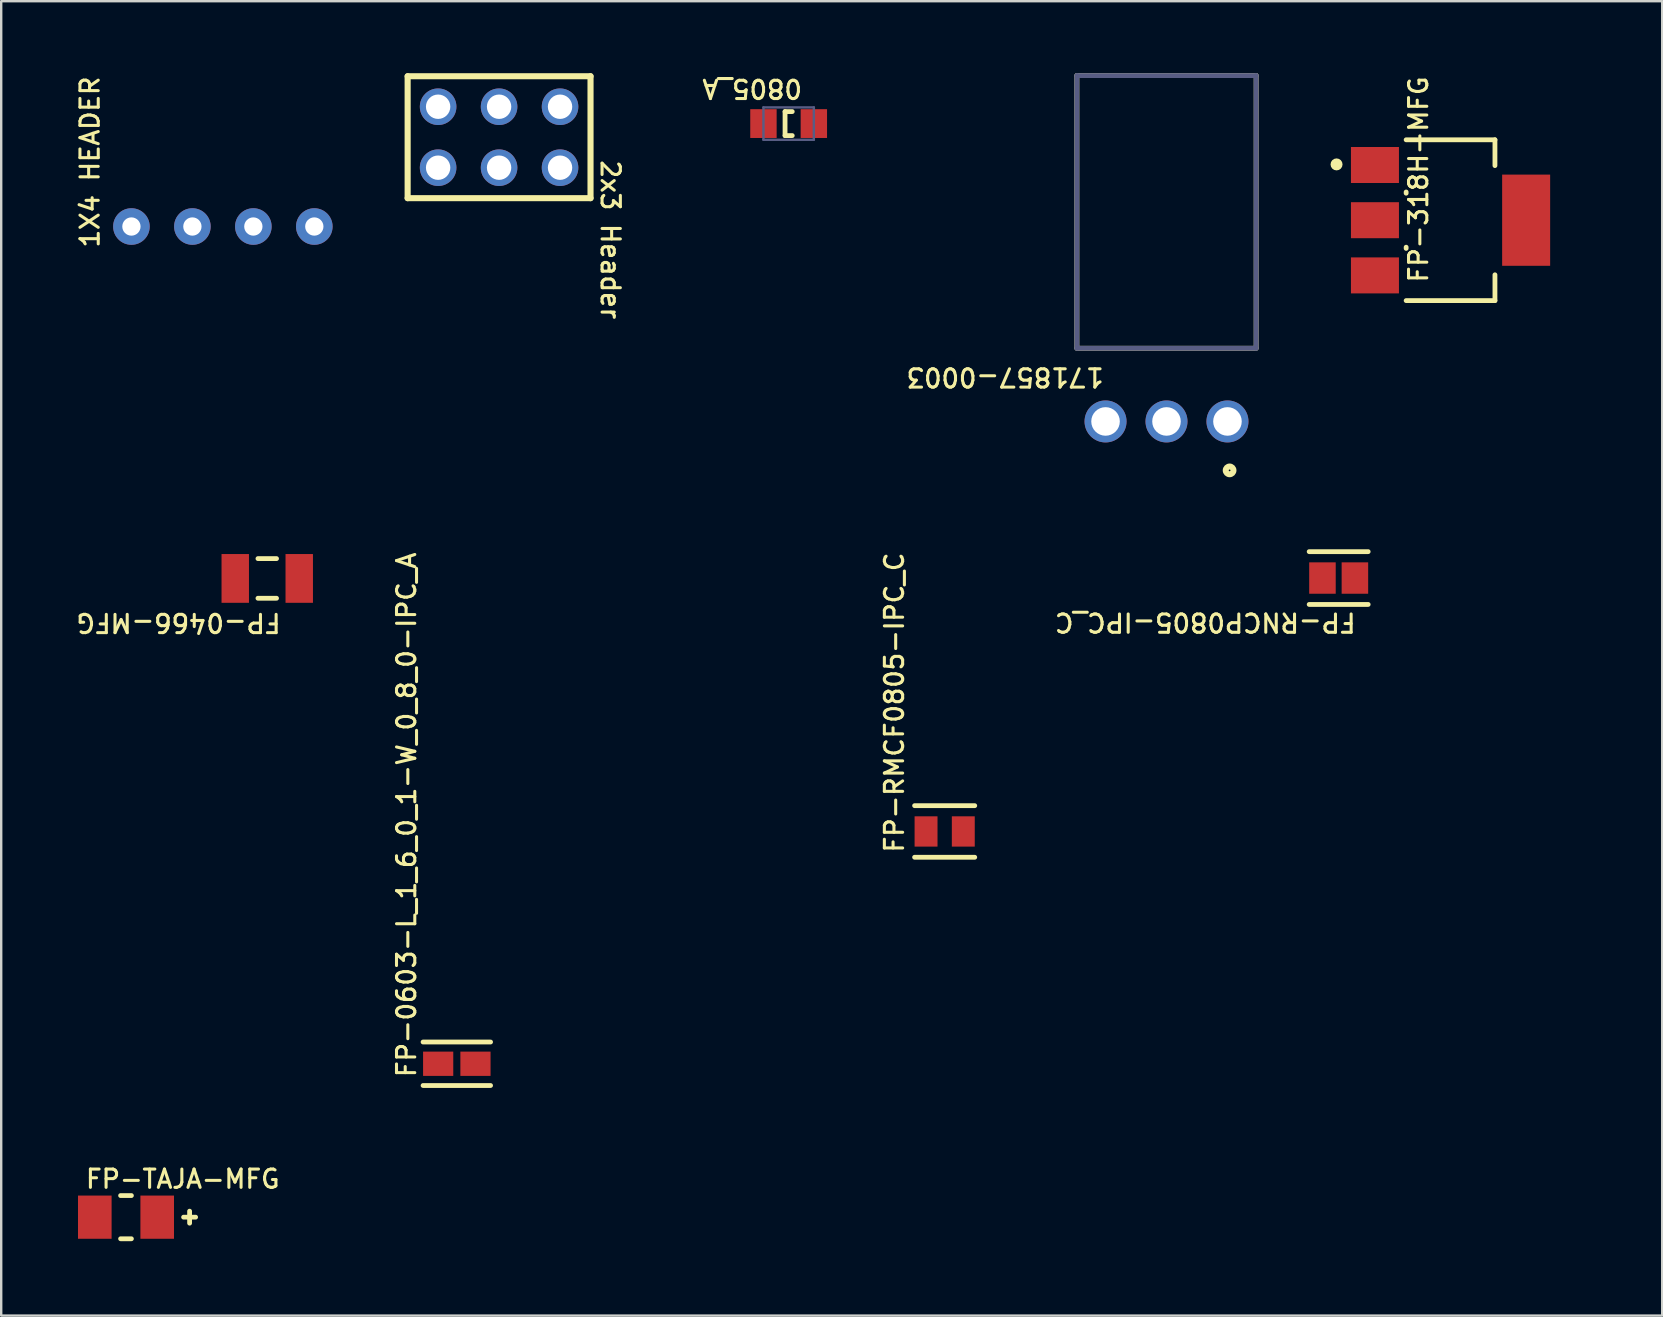
<source format=kicad_pcb>
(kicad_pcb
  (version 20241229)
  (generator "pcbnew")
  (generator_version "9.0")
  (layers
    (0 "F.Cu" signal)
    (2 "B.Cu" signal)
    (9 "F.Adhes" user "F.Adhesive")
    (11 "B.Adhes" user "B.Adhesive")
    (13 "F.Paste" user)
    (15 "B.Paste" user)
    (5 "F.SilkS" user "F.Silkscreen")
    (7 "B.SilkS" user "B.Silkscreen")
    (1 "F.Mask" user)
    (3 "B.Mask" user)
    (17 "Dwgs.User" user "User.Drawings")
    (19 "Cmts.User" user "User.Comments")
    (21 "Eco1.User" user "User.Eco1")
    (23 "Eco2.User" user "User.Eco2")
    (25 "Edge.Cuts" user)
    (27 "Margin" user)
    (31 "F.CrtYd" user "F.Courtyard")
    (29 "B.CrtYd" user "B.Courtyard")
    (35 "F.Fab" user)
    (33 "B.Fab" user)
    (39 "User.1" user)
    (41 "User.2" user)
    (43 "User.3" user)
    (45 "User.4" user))
  (footprint "2x3 Header"
    (layer "F.Cu")
    (at 17.745 2.667)
    (property "Reference" "2x3 Header" (at 4.191 0.889 270) (unlocked yes) (layer "F.SilkS") (effects (font (size 0.762 0.762) (thickness 0.127)) (justify left bottom)))
    (fp_line (start -3.81 -2.54) (end -3.81 2.54) (stroke (width 0.254) (type solid)) (layer "F.SilkS"))
    (fp_line (start -3.81 -2.54) (end 3.81 -2.54) (stroke (width 0.254) (type solid)) (layer "F.SilkS"))
    (fp_line (start -3.81 2.54) (end 3.81 2.54) (stroke (width 0.254) (type solid)) (layer "F.SilkS"))
    (fp_line (start 3.81 -2.54) (end 3.81 2.54) (stroke (width 0.254) (type solid)) (layer "F.SilkS"))
    (pad "1" thru_hole circle (at -2.54 1.27) (size 1.524 1.524) (drill 1.016) (layers "*.Cu" "*.Mask"))
    (pad "2" thru_hole circle (at -2.54 -1.27) (size 1.524 1.524) (drill 1.016) (layers "*.Cu" "*.Mask"))
    (pad "3" thru_hole circle (at 0 1.27) (size 1.524 1.524) (drill 1.016) (layers "*.Cu" "*.Mask"))
    (pad "4" thru_hole circle (at 0 -1.27) (size 1.524 1.524) (drill 1.016) (layers "*.Cu" "*.Mask"))
    (pad "5" thru_hole circle (at 2.54 1.27) (size 1.524 1.524) (drill 1.016) (layers "*.Cu" "*.Mask"))
    (pad "6" thru_hole circle (at 2.54 -1.27) (size 1.524 1.524) (drill 1.016) (layers "*.Cu" "*.Mask")))
  (footprint "171857-0003"
    (layer "F.Cu")
    (at 45.554 8.28)
    (property "Reference" "171857-0003" (at -2.54 3.937 180) (unlocked yes) (layer "F.SilkS") (effects (font (size 0.762 0.762) (thickness 0.127)) (justify left bottom)))
    (fp_line (start -3.735 -8.18) (end -3.735 3.18) (stroke (width 0.2) (type solid)) (layer "F.SilkS"))
    (fp_line (start 3.735 -8.18) (end -3.735 -8.18) (stroke (width 0.2) (type solid)) (layer "F.SilkS"))
    (fp_line (start 3.735 -8.18) (end 3.735 3.18) (stroke (width 0.2) (type solid)) (layer "F.SilkS"))
    (fp_line (start 3.735 3.18) (end -3.735 3.18) (stroke (width 0.2) (type solid)) (layer "F.SilkS"))
    (fp_circle (center 2.629 8.269) (end 2.629 8.43) (stroke (width 0.25) (type solid)) (fill no) (layer "F.SilkS"))
    (fp_line (start -3.735 -8.18) (end -3.735 3.18) (stroke (width 0.2) (type solid)) (layer "B.Fab"))
    (fp_line (start 3.735 -8.18) (end -3.735 -8.18) (stroke (width 0.2) (type solid)) (layer "B.Fab"))
    (fp_line (start 3.735 -8.18) (end 3.735 3.18) (stroke (width 0.2) (type solid)) (layer "B.Fab"))
    (fp_line (start 3.735 3.18) (end -3.735 3.18) (stroke (width 0.2) (type solid)) (layer "B.Fab"))
    (pad "1" thru_hole circle (at 2.54 6.23) (size 1.75 1.75) (drill 1.19) (layers "*.Cu" "*.Mask"))
    (pad "2" thru_hole circle (at 0 6.23) (size 1.75 1.75) (drill 1.19) (layers "*.Cu" "*.Mask"))
    (pad "3" thru_hole circle (at -2.54 6.23) (size 1.75 1.75) (drill 1.19) (layers "*.Cu" "*.Mask")))
  (footprint "FP-TAJA-MFG"
    (layer "F.Cu")
    (at 2.2 47.665)
    (property "Reference" "FP-TAJA-MFG" (at -1.748 -1.143 0) (unlocked yes) (layer "F.SilkS") (effects (font (size 0.762 0.762) (thickness 0.127)) (justify left bottom)))
    (fp_line (start -0.225 -0.9) (end 0.225 -0.9) (stroke (width 0.2) (type solid)) (layer "F.SilkS"))
    (fp_line (start -0.225 0.9) (end 0.225 0.9) (stroke (width 0.2) (type solid)) (layer "F.SilkS"))
    (fp_line (start 2.4 0) (end 2.9 0) (stroke (width 0.2) (type solid)) (layer "F.SilkS"))
    (fp_line (start 2.65 0.25) (end 2.65 -0.25) (stroke (width 0.2) (type solid)) (layer "F.SilkS"))
    (fp_line (start -0.5 0) (end 0.5 0) (stroke (width 0.1) (type solid)) (layer "Eco1.User"))
    (fp_line (start 0 0.5) (end 0 -0.5) (stroke (width 0.1) (type solid)) (layer "Eco1.User"))
    (fp_line (start -1.7 -0.9) (end 1.7 -0.9) (stroke (width 0.2) (type solid)) (layer "User.2"))
    (fp_line (start -1.7 0.9) (end -1.7 -0.9) (stroke (width 0.2) (type solid)) (layer "User.2"))
    (fp_line (start -1.7 0.9) (end 1.7 0.9) (stroke (width 0.2) (type solid)) (layer "User.2"))
    (fp_line (start 1.7 0.9) (end 1.7 -0.9) (stroke (width 0.2) (type solid)) (layer "User.2"))
    (fp_line (start -2.1 -1) (end 2.1 -1) (stroke (width 0.2) (type solid)) (layer "User.3"))
    (fp_line (start -2.1 1) (end -2.1 -1) (stroke (width 0.2) (type solid)) (layer "User.3"))
    (fp_line (start -2.1 1) (end 2.1 1) (stroke (width 0.2) (type solid)) (layer "User.3"))
    (fp_line (start 2.1 1) (end 2.1 -1) (stroke (width 0.2) (type solid)) (layer "User.3"))
    (fp_line (start -2.1 -1) (end 2.1 -1) (stroke (width 0.2) (type solid)) (layer "User.5"))
    (fp_line (start -2.1 1) (end -2.1 -1) (stroke (width 0.2) (type solid)) (layer "User.5"))
    (fp_line (start -2.1 1) (end 2.1 1) (stroke (width 0.2) (type solid)) (layer "User.5"))
    (fp_line (start 2.1 1) (end 2.1 -1) (stroke (width 0.2) (type solid)) (layer "User.5"))
    (pad "1" smd rect (at -1.3 0) (size 1.4 1.8) (layers "F.Cu" "F.Mask" "F.Paste"))
    (pad "2" smd rect (at 1.3 0) (size 1.4 1.8) (layers "F.Cu" "F.Mask" "F.Paste")))
  (footprint "FP-0603-L_1_6_0_1-W_0_8_0-IPC_A"
    (layer "F.Cu")
    (at 15.984 41.273)
    (property "Reference" "FP-0603-L_1_6_0_1-W_0_8_0-IPC_A" (at -1.651 0.635 90) (unlocked yes) (layer "F.SilkS") (effects (font (size 0.762 0.762) (thickness 0.127)) (justify left bottom)))
    (fp_line (start 1.406 -0.906) (end -1.406 -0.906) (stroke (width 0.2) (type solid)) (layer "F.SilkS"))
    (fp_line (start 1.406 0.906) (end -1.406 0.906) (stroke (width 0.2) (type solid)) (layer "F.SilkS"))
    (fp_line (start 0 0.5) (end 0 -0.5) (stroke (width 0.1) (type solid)) (layer "Eco1.User"))
    (fp_line (start 0.5 0) (end -0.5 0) (stroke (width 0.1) (type solid)) (layer "Eco1.User"))
    (fp_line (start -0.8 0.4) (end -0.8 -0.4) (stroke (width 0.2) (type solid)) (layer "User.2"))
    (fp_line (start 0.8 -0.4) (end -0.8 -0.4) (stroke (width 0.2) (type solid)) (layer "User.2"))
    (fp_line (start 0.8 0.4) (end -0.8 0.4) (stroke (width 0.2) (type solid)) (layer "User.2"))
    (fp_line (start 0.8 0.4) (end 0.8 -0.4) (stroke (width 0.2) (type solid)) (layer "User.2"))
    (fp_line (start -1.906 1.006) (end -1.906 -1.006) (stroke (width 0.2) (type solid)) (layer "User.3"))
    (fp_line (start 1.906 -1.006) (end -1.906 -1.006) (stroke (width 0.2) (type solid)) (layer "User.3"))
    (fp_line (start 1.906 1.006) (end -1.906 1.006) (stroke (width 0.2) (type solid)) (layer "User.3"))
    (fp_line (start 1.906 1.006) (end 1.906 -1.006) (stroke (width 0.2) (type solid)) (layer "User.3"))
    (fp_line (start -1.906 1.006) (end -1.906 -1.006) (stroke (width 0.2) (type solid)) (layer "User.5"))
    (fp_line (start 1.906 -1.006) (end -1.906 -1.006) (stroke (width 0.2) (type solid)) (layer "User.5"))
    (fp_line (start 1.906 1.006) (end -1.906 1.006) (stroke (width 0.2) (type solid)) (layer "User.5"))
    (fp_line (start 1.906 1.006) (end 1.906 -1.006) (stroke (width 0.2) (type solid)) (layer "User.5"))
    (fp_text user "${REFERENCE}" (at -0.00001 -0.011 0) (unlocked yes) (layer "User.5") (effects (font (size 0.5 0.5) (thickness 0.1)) (justify left bottom)))
    (pad "1" smd rect (at -0.777 0) (size 1.258 1.012) (layers "F.Cu" "F.Mask" "F.Paste"))
    (pad "2" smd rect (at 0.777 0) (size 1.258 1.012) (layers "F.Cu" "F.Mask" "F.Paste")))
  (footprint "FP-0466-MFG"
    (layer "F.Cu")
    (at 8.085 21.051)
    (property "Reference" "FP-0466-MFG" (at 0.635 1.397 180) (unlocked yes) (layer "F.SilkS") (effects (font (size 0.762 0.762) (thickness 0.127)) (justify left bottom)))
    (fp_line (start 0.387 -0.826) (end -0.387 -0.826) (stroke (width 0.2) (type solid)) (layer "F.SilkS"))
    (fp_line (start 0.387 0.826) (end -0.387 0.826) (stroke (width 0.2) (type solid)) (layer "F.SilkS"))
    (fp_line (start 0 -0.5) (end 0 0.5) (stroke (width 0.1) (type solid)) (layer "Eco1.User"))
    (fp_line (start 0.5 0) (end -0.5 0) (stroke (width 0.1) (type solid)) (layer "Eco1.User"))
    (fp_line (start -1.651 -0.826) (end -1.651 0.826) (stroke (width 0.2) (type solid)) (layer "User.2"))
    (fp_line (start 1.651 -0.826) (end -1.651 -0.826) (stroke (width 0.2) (type solid)) (layer "User.2"))
    (fp_line (start 1.651 -0.826) (end 1.651 0.826) (stroke (width 0.2) (type solid)) (layer "User.2"))
    (fp_line (start 1.651 0.826) (end -1.651 0.826) (stroke (width 0.2) (type solid)) (layer "User.2"))
    (fp_line (start -2.005 -1.116) (end -2.005 1.116) (stroke (width 0.2) (type solid)) (layer "User.3"))
    (fp_line (start 2.005 -1.116) (end -2.005 -1.116) (stroke (width 0.2) (type solid)) (layer "User.3"))
    (fp_line (start 2.005 -1.116) (end 2.005 1.116) (stroke (width 0.2) (type solid)) (layer "User.3"))
    (fp_line (start 2.005 1.116) (end -2.005 1.116) (stroke (width 0.2) (type solid)) (layer "User.3"))
    (fp_line (start -2.005 -1.116) (end -2.005 1.116) (stroke (width 0.2) (type solid)) (layer "User.5"))
    (fp_line (start 2.005 -1.116) (end -2.005 -1.116) (stroke (width 0.2) (type solid)) (layer "User.5"))
    (fp_line (start 2.005 -1.116) (end 2.005 1.116) (stroke (width 0.2) (type solid)) (layer "User.5"))
    (fp_line (start 2.005 1.116) (end -2.005 1.116) (stroke (width 0.2) (type solid)) (layer "User.5"))
    (pad "1" smd rect (at -1.333 0) (size 1.143 2.032) (layers "F.Cu" "F.Mask" "F.Paste"))
    (pad "2" smd rect (at 1.333 0) (size 1.143 2.032) (layers "F.Cu" "F.Mask" "F.Paste")))
  (footprint "0805_A"
    (layer "F.Cu")
    (at 29.81 2.099)
    (property "Reference" "0805_A" (at 0.635 -1.905 180) (unlocked yes) (layer "F.SilkS") (effects (font (size 0.762 0.762) (thickness 0.127)) (justify left bottom)))
    (fp_line (start -0.15 -0.5) (end -0.15 0.5) (stroke (width 0.2) (type solid)) (layer "F.SilkS"))
    (fp_line (start 0.15 -0.5) (end -0.15 -0.5) (stroke (width 0.2) (type solid)) (layer "F.SilkS"))
    (fp_line (start 0.15 0.5) (end -0.15 0.5) (stroke (width 0.2) (type solid)) (layer "F.SilkS"))
    (fp_line (start -1.725 -0.85) (end -1.725 0.85) (stroke (width 0.1) (type solid)) (layer "Eco1.User"))
    (fp_line (start 0 -0.5) (end 0 0.5) (stroke (width 0.1) (type solid)) (layer "Eco1.User"))
    (fp_line (start 0.5 0) (end -0.5 0) (stroke (width 0.1) (type solid)) (layer "Eco1.User"))
    (fp_line (start 1.725 -0.85) (end -1.725 -0.85) (stroke (width 0.1) (type solid)) (layer "Eco1.User"))
    (fp_line (start 1.725 -0.85) (end 1.725 0.85) (stroke (width 0.1) (type solid)) (layer "Eco1.User"))
    (fp_line (start 1.725 0.85) (end -1.725 0.85) (stroke (width 0.1) (type solid)) (layer "Eco1.User"))
    (fp_line (start -1.05 -0.675) (end -1.05 0.675) (stroke (width 0.1) (type solid)) (layer "B.Fab"))
    (fp_line (start 1.05 -0.675) (end -1.05 -0.675) (stroke (width 0.1) (type solid)) (layer "B.Fab"))
    (fp_line (start 1.05 -0.675) (end 1.05 0.675) (stroke (width 0.1) (type solid)) (layer "B.Fab"))
    (fp_line (start 1.05 0.675) (end -1.05 0.675) (stroke (width 0.1) (type solid)) (layer "B.Fab"))
    (pad "1" smd rect (at -1.05 0 90) (size 1.2 1.1) (layers "F.Cu" "F.Mask" "F.Paste"))
    (pad "2" smd rect (at 1.05 0 90) (size 1.2 1.1) (layers "F.Cu" "F.Mask" "F.Paste")))
  (footprint "1X4 HEADER"
    (layer "F.Cu")
    (at 7.506 11.468)
    (property "Reference" "1X4 HEADER" (at -6.363 -4.128 90) (unlocked yes) (layer "F.SilkS") (effects (font (size 0.762 0.762) (thickness 0.127)) (justify left bottom)))
    (pad "1" thru_hole circle (at -5.08 -5.08) (size 1.524 1.524) (drill 0.762) (layers "*.Cu" "*.Mask"))
    (pad "2" thru_hole circle (at -2.54 -5.08) (size 1.524 1.524) (drill 0.762) (layers "*.Cu" "*.Mask"))
    (pad "3" thru_hole circle (at 0 -5.08) (size 1.524 1.524) (drill 0.762) (layers "*.Cu" "*.Mask"))
    (pad "4" thru_hole circle (at 2.54 -5.08) (size 1.524 1.524) (drill 0.762) (layers "*.Cu" "*.Mask")))
  (footprint "FP-RNCP0805-IPC_C"
    (layer "F.Cu")
    (at 52.728 21.035)
    (property "Reference" "FP-RNCP0805-IPC_C" (at 0.784 1.397 180) (unlocked yes) (layer "F.SilkS") (effects (font (size 0.762 0.762) (thickness 0.127)) (justify left bottom)))
    (fp_line (start 1.229 -1.1) (end -1.229 -1.1) (stroke (width 0.2) (type solid)) (layer "F.SilkS"))
    (fp_line (start 1.229 1.1) (end -1.229 1.1) (stroke (width 0.2) (type solid)) (layer "F.SilkS"))
    (fp_line (start 0 -0.5) (end 0 0.5) (stroke (width 0.1) (type solid)) (layer "Eco1.User"))
    (fp_line (start 0.5 0) (end -0.5 0) (stroke (width 0.1) (type solid)) (layer "Eco1.User"))
    (fp_line (start -1 -0.625) (end -1 0.625) (stroke (width 0.2) (type solid)) (layer "User.2"))
    (fp_line (start 1 -0.625) (end -1 -0.625) (stroke (width 0.2) (type solid)) (layer "User.2"))
    (fp_line (start 1 -0.625) (end 1 0.625) (stroke (width 0.2) (type solid)) (layer "User.2"))
    (fp_line (start 1 0.625) (end -1 0.625) (stroke (width 0.2) (type solid)) (layer "User.2"))
    (fp_line (start -1.329 -0.8) (end -1.329 0.8) (stroke (width 0.2) (type solid)) (layer "User.3"))
    (fp_line (start 1.329 -0.8) (end -1.329 -0.8) (stroke (width 0.2) (type solid)) (layer "User.3"))
    (fp_line (start 1.329 -0.8) (end 1.329 0.8) (stroke (width 0.2) (type solid)) (layer "User.3"))
    (fp_line (start 1.329 0.8) (end -1.329 0.8) (stroke (width 0.2) (type solid)) (layer "User.3"))
    (fp_line (start -1.329 -0.8) (end -1.329 0.8) (stroke (width 0.2) (type solid)) (layer "User.5"))
    (fp_line (start 1.329 -0.8) (end -1.329 -0.8) (stroke (width 0.2) (type solid)) (layer "User.5"))
    (fp_line (start 1.329 -0.8) (end 1.329 0.8) (stroke (width 0.2) (type solid)) (layer "User.5"))
    (fp_line (start 1.329 0.8) (end -1.329 0.8) (stroke (width 0.2) (type solid)) (layer "User.5"))
    (pad "1" smd rect (at -0.676 0) (size 1.105 1.308) (layers "F.Cu" "F.Mask" "F.Paste"))
    (pad "2" smd rect (at 0.676 0) (size 1.105 1.308) (layers "F.Cu" "F.Mask" "F.Paste")))
  (footprint "FP-318H-MFG"
    (layer "F.Cu")
    (at 57.389 6.125)
    (property "Reference" "FP-318H-MFG" (at -0.889 2.667 90) (unlocked yes) (layer "F.SilkS") (effects (font (size 0.762 0.762) (thickness 0.127)) (justify left bottom)))
    (fp_line (start -1.85 -1.125) (end -1.85 -1.175) (stroke (width 0.2) (type solid)) (layer "F.SilkS"))
    (fp_line (start -1.85 1.175) (end -1.85 1.125) (stroke (width 0.2) (type solid)) (layer "F.SilkS"))
    (fp_line (start 1.85 -3.35) (end -1.85 -3.35) (stroke (width 0.2) (type solid)) (layer "F.SilkS"))
    (fp_line (start 1.85 -2.275) (end 1.85 -3.35) (stroke (width 0.2) (type solid)) (layer "F.SilkS"))
    (fp_line (start 1.85 3.35) (end -1.85 3.35) (stroke (width 0.2) (type solid)) (layer "F.SilkS"))
    (fp_line (start 1.85 3.35) (end 1.85 2.275) (stroke (width 0.2) (type solid)) (layer "F.SilkS"))
    (fp_circle (center -4.75 -2.325) (end -4.875 -2.325) (stroke (width 0.25) (type solid)) (fill no) (layer "F.SilkS"))
    (fp_line (start 0 0.5) (end 0 -0.5) (stroke (width 0.1) (type solid)) (layer "Eco1.User"))
    (fp_line (start 0.5 0) (end -0.5 0) (stroke (width 0.1) (type solid)) (layer "Eco1.User"))
    (fp_line (start -1.85 3.35) (end -1.85 -3.35) (stroke (width 0.2) (type solid)) (layer "User.2"))
    (fp_line (start 1.85 -3.35) (end -1.85 -3.35) (stroke (width 0.2) (type solid)) (layer "User.2"))
    (fp_line (start 1.85 3.35) (end -1.85 3.35) (stroke (width 0.2) (type solid)) (layer "User.2"))
    (fp_line (start 1.85 3.35) (end 1.85 -3.35) (stroke (width 0.2) (type solid)) (layer "User.2"))
    (fp_line (start -4.25 3.68) (end -4.25 -3.68) (stroke (width 0.2) (type solid)) (layer "User.3"))
    (fp_line (start 4.25 -3.68) (end -4.25 -3.68) (stroke (width 0.2) (type solid)) (layer "User.3"))
    (fp_line (start 4.25 3.68) (end -4.25 3.68) (stroke (width 0.2) (type solid)) (layer "User.3"))
    (fp_line (start 4.25 3.68) (end 4.25 -3.68) (stroke (width 0.2) (type solid)) (layer "User.3"))
    (fp_line (start -4.25 3.68) (end -4.25 -3.68) (stroke (width 0.2) (type solid)) (layer "User.5"))
    (fp_line (start 4.25 -3.68) (end -4.25 -3.68) (stroke (width 0.2) (type solid)) (layer "User.5"))
    (fp_line (start 4.25 3.68) (end -4.25 3.68) (stroke (width 0.2) (type solid)) (layer "User.5"))
    (fp_line (start 4.25 3.68) (end 4.25 -3.68) (stroke (width 0.2) (type solid)) (layer "User.5"))
    (fp_text user "${REFERENCE}" (at -0.00001 -0.011 0) (unlocked yes) (layer "User.5") (effects (font (size 0.5 0.5) (thickness 0.1)) (justify left bottom)))
    (pad "1" smd rect (at -3.15 -2.3) (size 2 1.5) (layers "F.Cu" "F.Mask" "F.Paste"))
    (pad "2" smd rect (at -3.15 0) (size 2 1.5) (layers "F.Cu" "F.Mask" "F.Paste"))
    (pad "3" smd rect (at -3.15 2.3) (size 2 1.5) (layers "F.Cu" "F.Mask" "F.Paste"))
    (pad "4" smd rect (at 3.15 0) (size 2 3.8) (layers "F.Cu" "F.Mask" "F.Paste")))
  (footprint "FP-RMCF0805-IPC_C"
    (layer "F.Cu")
    (at 36.311 31.594)
    (property "Reference" "FP-RMCF0805-IPC_C" (at -1.651 0.952 90) (unlocked yes) (layer "F.SilkS") (effects (font (size 0.762 0.762) (thickness 0.127)) (justify left bottom)))
    (fp_line (start 1.253 -1.075) (end -1.253 -1.075) (stroke (width 0.2) (type solid)) (layer "F.SilkS"))
    (fp_line (start 1.253 1.075) (end -1.253 1.075) (stroke (width 0.2) (type solid)) (layer "F.SilkS"))
    (fp_line (start 0 0.5) (end 0 -0.5) (stroke (width 0.1) (type solid)) (layer "Eco1.User"))
    (fp_line (start 0.5 0) (end -0.5 0) (stroke (width 0.1) (type solid)) (layer "Eco1.User"))
    (fp_line (start -1 0.625) (end -1 -0.625) (stroke (width 0.2) (type solid)) (layer "User.2"))
    (fp_line (start 1 -0.625) (end -1 -0.625) (stroke (width 0.2) (type solid)) (layer "User.2"))
    (fp_line (start 1 0.625) (end -1 0.625) (stroke (width 0.2) (type solid)) (layer "User.2"))
    (fp_line (start 1 0.625) (end 1 -0.625) (stroke (width 0.2) (type solid)) (layer "User.2"))
    (fp_line (start -1.353 0.775) (end -1.353 -0.775) (stroke (width 0.2) (type solid)) (layer "User.3"))
    (fp_line (start 1.353 -0.775) (end -1.353 -0.775) (stroke (width 0.2) (type solid)) (layer "User.3"))
    (fp_line (start 1.353 0.775) (end -1.353 0.775) (stroke (width 0.2) (type solid)) (layer "User.3"))
    (fp_line (start 1.353 0.775) (end 1.353 -0.775) (stroke (width 0.2) (type solid)) (layer "User.3"))
    (fp_line (start -1.353 0.775) (end -1.353 -0.775) (stroke (width 0.2) (type solid)) (layer "User.5"))
    (fp_line (start 1.353 -0.775) (end -1.353 -0.775) (stroke (width 0.2) (type solid)) (layer "User.5"))
    (fp_line (start 1.353 0.775) (end -1.353 0.775) (stroke (width 0.2) (type solid)) (layer "User.5"))
    (fp_line (start 1.353 0.775) (end 1.353 -0.775) (stroke (width 0.2) (type solid)) (layer "User.5"))
    (pad "1" smd rect (at -0.776 0) (size 0.955 1.262) (layers "F.Cu" "F.Mask" "F.Paste"))
    (pad "2" smd rect (at 0.776 0) (size 0.955 1.262) (layers "F.Cu" "F.Mask" "F.Paste")))
  (gr_rect
    (start -3 -3)
    (end 66.208 51.765)
    (stroke (width 0.1) (type default))
    (fill no)
    (layer "Edge.Cuts")))
</source>
